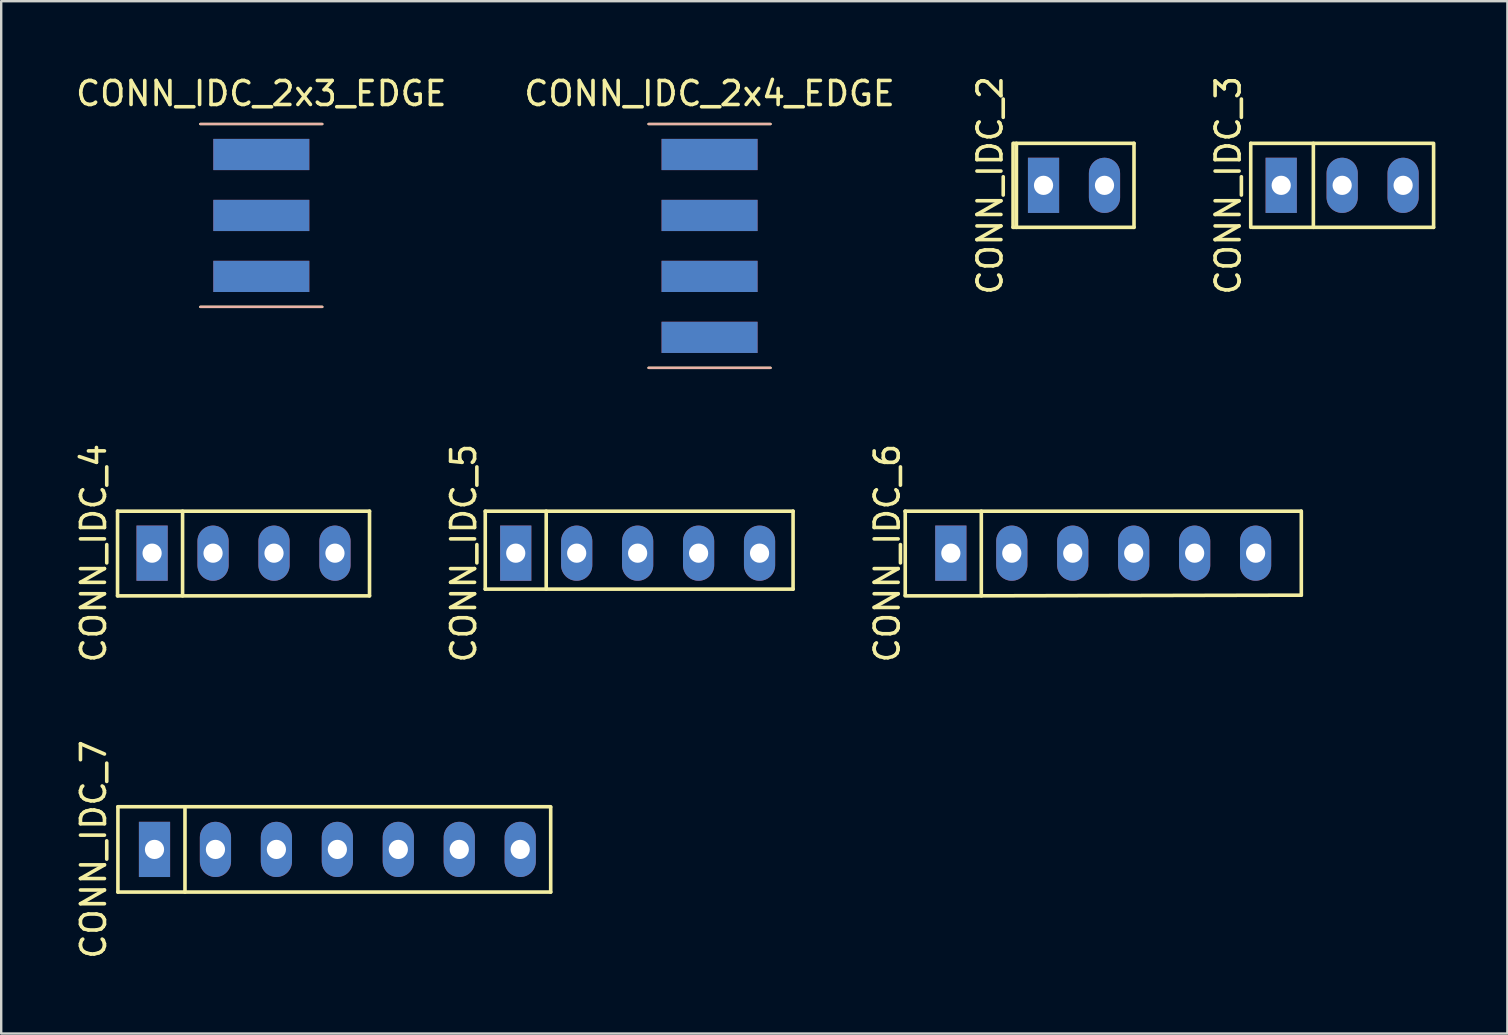
<source format=kicad_pcb>
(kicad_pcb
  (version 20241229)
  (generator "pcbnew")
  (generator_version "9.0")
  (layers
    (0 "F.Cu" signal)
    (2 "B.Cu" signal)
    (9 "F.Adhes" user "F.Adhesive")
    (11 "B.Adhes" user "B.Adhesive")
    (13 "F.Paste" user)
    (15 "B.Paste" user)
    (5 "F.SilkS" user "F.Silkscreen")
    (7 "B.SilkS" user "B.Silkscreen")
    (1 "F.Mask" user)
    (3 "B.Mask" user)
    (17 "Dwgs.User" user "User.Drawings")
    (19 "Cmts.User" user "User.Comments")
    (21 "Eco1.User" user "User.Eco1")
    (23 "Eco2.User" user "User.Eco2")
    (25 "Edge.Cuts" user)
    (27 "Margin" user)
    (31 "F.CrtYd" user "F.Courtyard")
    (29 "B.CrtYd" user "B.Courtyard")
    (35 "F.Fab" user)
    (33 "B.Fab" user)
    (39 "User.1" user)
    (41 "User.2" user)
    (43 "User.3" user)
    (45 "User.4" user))
  (footprint "CONN_IDC_6"
    (layer "F.Cu")
    (at 42.922 20.001)
    (property "Reference" "CONN_IDC_6" (at -9 0 90) (layer "F.SilkS") (effects (font (size 1 1) (thickness 0.15))))
    (attr through_hole)
    (fp_line (start -8.255 1.778) (end -5.08 1.778) (stroke (width 0.15) (type solid)) (layer "F.SilkS"))
    (fp_line (start -8.25 -1.75) (end -8.25 1.75) (stroke (width 0.15) (type solid)) (layer "F.SilkS"))
    (fp_line (start -5.08 -1.75) (end -5.08 1.75) (stroke (width 0.15) (type solid)) (layer "F.SilkS"))
    (fp_line (start -5.08 1.778) (end 8.255 1.75) (stroke (width 0.15) (type solid)) (layer "F.SilkS"))
    (fp_line (start 8.25 -1.75) (end -8.26 -1.75) (stroke (width 0.15) (type solid)) (layer "F.SilkS"))
    (fp_line (start 8.255 1.75) (end 8.255 -1.75) (stroke (width 0.15) (type solid)) (layer "F.SilkS"))
    (pad "1" thru_hole rect (at -6.35 0) (size 1.3 2.3) (drill 0.8) (layers "*.Cu" "*.Mask"))
    (pad "2" thru_hole oval (at -3.81 0) (size 1.3 2.3) (drill 0.8) (layers "*.Cu" "*.Mask"))
    (pad "3" thru_hole oval (at -1.27 0) (size 1.3 2.3) (drill 0.8) (layers "*.Cu" "*.Mask"))
    (pad "4" thru_hole oval (at 1.27 0) (size 1.3 2.3) (drill 0.8) (layers "*.Cu" "*.Mask"))
    (pad "5" thru_hole oval (at 3.81 0) (size 1.3 2.3) (drill 0.8) (layers "*.Cu" "*.Mask"))
    (pad "6" thru_hole oval (at 6.35 0) (size 1.3 2.3) (drill 0.8) (layers "*.Cu" "*.Mask")))
  (footprint "CONN_IDC_4"
    (layer "F.Cu")
    (at 7.098 20.001)
    (property "Reference" "CONN_IDC_4" (at -6.25 0 90) (layer "F.SilkS") (effects (font (size 1 1) (thickness 0.15))))
    (attr through_hole)
    (fp_line (start -5.25 -1.75) (end 5.25 -1.75) (stroke (width 0.15) (type solid)) (layer "F.SilkS"))
    (fp_line (start -5.25 1.778) (end -5.25 -1.75) (stroke (width 0.15) (type solid)) (layer "F.SilkS"))
    (fp_line (start -2.54 -1.75) (end -2.54 1.778) (stroke (width 0.15) (type solid)) (layer "F.SilkS"))
    (fp_line (start 5.25 -1.75) (end 5.25 1.778) (stroke (width 0.15) (type solid)) (layer "F.SilkS"))
    (fp_line (start 5.25 1.778) (end -5.25 1.778) (stroke (width 0.15) (type solid)) (layer "F.SilkS"))
    (pad "1" thru_hole rect (at -3.81 0) (size 1.3 2.3) (drill 0.8) (layers "*.Cu" "*.Mask"))
    (pad "2" thru_hole oval (at -1.27 0) (size 1.3 2.3) (drill 0.8) (layers "*.Cu" "*.Mask"))
    (pad "3" thru_hole oval (at 1.27 0) (size 1.3 2.3) (drill 0.8) (layers "*.Cu" "*.Mask"))
    (pad "4" thru_hole oval (at 3.81 0) (size 1.3 2.3) (drill 0.8) (layers "*.Cu" "*.Mask")))
  (footprint "CONN_IDC_5"
    (layer "F.Cu")
    (at 23.521 20.001)
    (property "Reference" "CONN_IDC_5" (at -7.25 0 90) (layer "F.SilkS") (effects (font (size 1 1) (thickness 0.15))))
    (attr through_hole)
    (fp_line (start -6.35 -1.75) (end -6.35 1.5) (stroke (width 0.15) (type solid)) (layer "F.SilkS"))
    (fp_line (start -6.35 1.5) (end 6.477 1.5) (stroke (width 0.15) (type solid)) (layer "F.SilkS"))
    (fp_line (start -3.81 -1.75) (end -3.81 1.5) (stroke (width 0.15) (type solid)) (layer "F.SilkS"))
    (fp_line (start 6.477 -1.75) (end -6.35 -1.75) (stroke (width 0.15) (type solid)) (layer "F.SilkS"))
    (fp_line (start 6.477 1.5) (end 6.477 -1.75) (stroke (width 0.15) (type solid)) (layer "F.SilkS"))
    (pad "1" thru_hole rect (at -5.08 0) (size 1.3 2.3) (drill 0.8) (layers "*.Cu" "F.Mask"))
    (pad "2" thru_hole oval (at -2.54 0) (size 1.3 2.3) (drill 0.8) (layers "*.Cu" "*.Mask"))
    (pad "3" thru_hole oval (at 0 0) (size 1.3 2.3) (drill 0.8) (layers "*.Cu" "*.Mask"))
    (pad "4" thru_hole oval (at 2.54 0) (size 1.3 2.3) (drill 0.8) (layers "*.Cu" "*.Mask"))
    (pad "5" thru_hole oval (at 5.08 0) (size 1.3 2.3) (drill 0.8) (layers "*.Cu" "*.Mask")))
  (footprint "CONN_IDC_7"
    (layer "F.Cu")
    (at 11.008 32.346)
    (property "Reference" "CONN_IDC_7" (at -10.16 0 90) (layer "F.SilkS") (effects (font (size 1 1) (thickness 0.15))))
    (attr through_hole)
    (fp_line (start -9.144 -1.778) (end -9.144 1.778) (stroke (width 0.15) (type solid)) (layer "F.SilkS"))
    (fp_line (start -9.144 1.778) (end 8.89 1.778) (stroke (width 0.15) (type solid)) (layer "F.SilkS"))
    (fp_line (start -6.35 -1.778) (end -6.35 1.778) (stroke (width 0.15) (type solid)) (layer "F.SilkS"))
    (fp_line (start 8.89 -1.778) (end -9.144 -1.778) (stroke (width 0.15) (type solid)) (layer "F.SilkS"))
    (fp_line (start 8.89 1.778) (end 8.89 -1.75) (stroke (width 0.15) (type solid)) (layer "F.SilkS"))
    (pad "1" thru_hole rect (at -7.62 0) (size 1.3 2.3) (drill 0.8) (layers "*.Cu" "*.Mask"))
    (pad "2" thru_hole oval (at -5.08 0) (size 1.3 2.3) (drill 0.8) (layers "*.Cu" "*.Mask"))
    (pad "3" thru_hole oval (at -2.54 0) (size 1.3 2.3) (drill 0.8) (layers "*.Cu" "*.Mask"))
    (pad "4" thru_hole oval (at 0 0) (size 1.3 2.3) (drill 0.8) (layers "*.Cu" "*.Mask"))
    (pad "5" thru_hole oval (at 2.54 0) (size 1.3 2.3) (drill 0.8) (layers "*.Cu" "*.Mask"))
    (pad "6" thru_hole oval (at 5.08 0) (size 1.3 2.3) (drill 0.8) (layers "*.Cu" "*.Mask"))
    (pad "7" thru_hole oval (at 7.62 0) (size 1.3 2.3) (drill 0.8) (layers "*.Cu" "*.Mask")))
  (footprint "CONN_IDC_3"
    (layer "F.Cu")
    (at 52.879 4.673)
    (property "Reference" "CONN_IDC_3" (at -4.75 0 90) (layer "F.SilkS") (effects (font (size 1 1) (thickness 0.15))))
    (attr through_hole)
    (fp_line (start -3.81 -1.75) (end 3.75 -1.75) (stroke (width 0.15) (type solid)) (layer "F.SilkS"))
    (fp_line (start -3.81 1.75) (end -3.81 -1.75) (stroke (width 0.15) (type solid)) (layer "F.SilkS"))
    (fp_line (start -1.2 1.75) (end -1.2 -1.75) (stroke (width 0.15) (type solid)) (layer "F.SilkS"))
    (fp_line (start 3.81 -1.75) (end 3.81 1.75) (stroke (width 0.15) (type solid)) (layer "F.SilkS"))
    (fp_line (start 3.81 1.75) (end -3.75 1.75) (stroke (width 0.15) (type solid)) (layer "F.SilkS"))
    (pad "1" thru_hole rect (at -2.54 0) (size 1.3 2.3) (drill 0.8) (layers "*.Cu" "*.Mask"))
    (pad "2" thru_hole oval (at 0 0) (size 1.3 2.3) (drill 0.8) (layers "*.Cu" "*.Mask"))
    (pad "3" thru_hole oval (at 2.54 0) (size 1.3 2.3) (drill 0.8) (layers "*.Cu" "*.Mask")))
  (footprint "CONN_IDC_2x3_EDGE"
    (layer "F.Cu")
    (at 7.839 5.928)
    (property "Reference" "CONN_IDC_2x3_EDGE" (at 0 -5.08 0) (layer "F.SilkS") (effects (font (size 1 1) (thickness 0.15))))
    (attr through_hole)
    (fp_line (start -2.54 -3.81) (end 2.54 -3.81) (stroke (width 0.1) (type default)) (layer "F.SilkS"))
    (fp_line (start -2.54 3.81) (end 2.54 3.81) (stroke (width 0.1) (type default)) (layer "F.SilkS"))
    (fp_line (start -2.54 -3.81) (end 2.54 -3.81) (stroke (width 0.1) (type default)) (layer "B.SilkS"))
    (fp_line (start -2.54 3.81) (end 2.54 3.81) (stroke (width 0.1) (type default)) (layer "B.SilkS"))
    (pad "1" smd rect (at 0 -2.54 90) (size 1.3 4) (layers "F.Cu" "F.Mask" "F.Paste"))
    (pad "2" smd rect (at 0 0 90) (size 1.3 4) (layers "F.Cu" "F.Mask" "F.Paste"))
    (pad "3" smd rect (at 0 2.54 90) (size 1.3 4) (layers "F.Cu" "F.Mask" "F.Paste"))
    (pad "4" smd rect (at 0 2.54 90) (size 1.3 4) (layers "B.Cu" "B.Mask" "B.Paste"))
    (pad "5" smd rect (at 0 0 90) (size 1.3 4) (layers "B.Cu" "B.Mask" "B.Paste"))
    (pad "6" smd rect (at 0 -2.54 90) (size 1.3 4) (layers "B.Cu" "B.Mask" "B.Paste")))
  (footprint "CONN_IDC_2"
    (layer "F.Cu")
    (at 41.705 4.673)
    (property "Reference" "CONN_IDC_2" (at -3.5 0 90) (layer "F.SilkS") (effects (font (size 1 1) (thickness 0.15))))
    (attr through_hole)
    (fp_line (start -2.54 1.75) (end -2.54 -1.75) (stroke (width 0.15) (type solid)) (layer "F.SilkS"))
    (fp_line (start -2.5 -1.75) (end 2.5 -1.75) (stroke (width 0.15) (type solid)) (layer "F.SilkS"))
    (fp_line (start -2.4 -1.75) (end -2.4 1.75) (stroke (width 0.15) (type solid)) (layer "F.SilkS"))
    (fp_line (start 2.5 -1.75) (end 2.5 1.75) (stroke (width 0.15) (type solid)) (layer "F.SilkS"))
    (fp_line (start 2.5 1.75) (end -2.54 1.75) (stroke (width 0.15) (type solid)) (layer "F.SilkS"))
    (pad "1" thru_hole rect (at -1.27 0) (size 1.3 2.3) (drill 0.8) (layers "*.Cu" "*.Mask"))
    (pad "2" thru_hole oval (at 1.27 0) (size 1.3 2.3) (drill 0.8) (layers "*.Cu" "*.Mask")))
  (footprint "CONN_IDC_2x4_EDGE"
    (layer "F.Cu")
    (at 26.518 7.198)
    (property "Reference" "CONN_IDC_2x4_EDGE" (at 0 -6.35 0) (layer "F.SilkS") (effects (font (size 1 1) (thickness 0.15))))
    (attr through_hole)
    (fp_line (start -2.54 -5.08) (end 2.54 -5.08) (stroke (width 0.1) (type default)) (layer "F.SilkS"))
    (fp_line (start -2.54 5.08) (end 2.54 5.08) (stroke (width 0.1) (type default)) (layer "F.SilkS"))
    (fp_line (start -2.54 -5.08) (end 2.54 -5.08) (stroke (width 0.1) (type default)) (layer "B.SilkS"))
    (fp_line (start -2.54 5.08) (end 2.54 5.08) (stroke (width 0.1) (type default)) (layer "B.SilkS"))
    (pad "1" smd rect (at 0 -3.81 90) (size 1.3 4) (layers "F.Cu" "F.Mask" "F.Paste"))
    (pad "2" smd rect (at 0 -1.27 90) (size 1.3 4) (layers "F.Cu" "F.Mask" "F.Paste"))
    (pad "3" smd rect (at 0 1.27 90) (size 1.3 4) (layers "F.Cu" "F.Mask" "F.Paste"))
    (pad "4" smd rect (at 0 3.81 90) (size 1.3 4) (layers "F.Cu" "F.Mask" "F.Paste"))
    (pad "5" smd rect (at 0 3.81 90) (size 1.3 4) (layers "B.Cu" "B.Mask" "B.Paste"))
    (pad "6" smd rect (at 0 1.27 90) (size 1.3 4) (layers "B.Cu" "B.Mask" "B.Paste"))
    (pad "7" smd rect (at 0 -1.27 90) (size 1.3 4) (layers "B.Cu" "B.Mask" "B.Paste"))
    (pad "8" smd rect (at 0 -3.81 90) (size 1.3 4) (layers "B.Cu" "B.Mask" "B.Paste")))
  (gr_rect
    (start -3 -3)
    (end 59.764 40.019)
    (stroke (width 0.1) (type default))
    (fill no)
    (layer "Edge.Cuts")))
</source>
